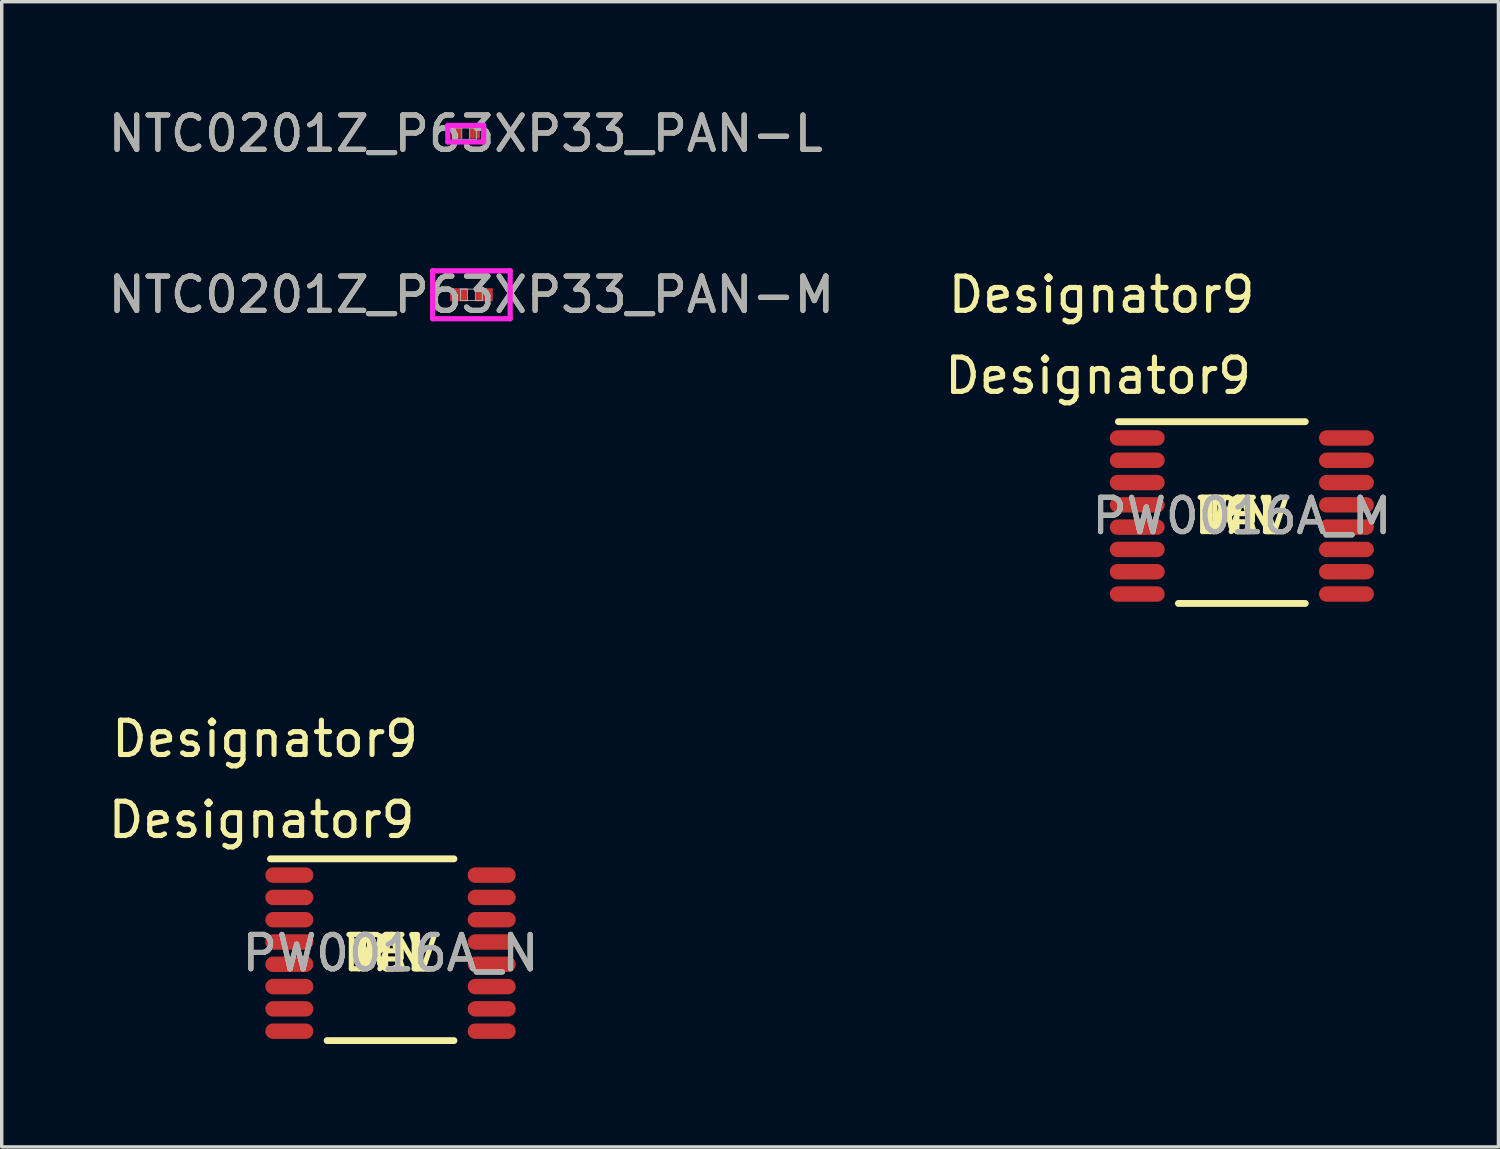
<source format=kicad_pcb>
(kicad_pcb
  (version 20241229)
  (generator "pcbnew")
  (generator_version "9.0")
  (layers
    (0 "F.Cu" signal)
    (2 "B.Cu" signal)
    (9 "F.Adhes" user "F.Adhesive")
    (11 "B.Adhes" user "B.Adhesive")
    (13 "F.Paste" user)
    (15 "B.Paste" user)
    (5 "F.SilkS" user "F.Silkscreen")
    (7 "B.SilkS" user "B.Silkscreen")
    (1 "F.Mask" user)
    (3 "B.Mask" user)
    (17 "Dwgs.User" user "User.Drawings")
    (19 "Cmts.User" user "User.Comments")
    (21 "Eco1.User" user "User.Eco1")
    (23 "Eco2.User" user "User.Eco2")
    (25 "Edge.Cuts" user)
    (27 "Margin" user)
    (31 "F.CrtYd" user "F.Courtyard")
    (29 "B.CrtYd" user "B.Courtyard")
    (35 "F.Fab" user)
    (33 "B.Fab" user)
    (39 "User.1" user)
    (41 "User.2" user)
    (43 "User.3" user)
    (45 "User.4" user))
  (footprint "NTC0201Z_P63XP33_PAN-L"
    (layer "F.Cu")
    (at 10.53 0.848)
    (property "Reference" "NTC0201Z_P63XP33_PAN-L" (at 0 0 0) (unlocked yes) (layer "F.SilkS") (effects (font (size 1 1) (thickness 0.15))))
    (attr smd)
    (fp_line (start -0.521 -0.241) (end 0.521 -0.241) (stroke (width 0.152) (type solid)) (layer "F.CrtYd"))
    (fp_line (start -0.521 0.241) (end -0.521 -0.241) (stroke (width 0.152) (type solid)) (layer "F.CrtYd"))
    (fp_line (start 0.521 -0.241) (end 0.521 0.241) (stroke (width 0.152) (type solid)) (layer "F.CrtYd"))
    (fp_line (start 0.521 0.241) (end -0.521 0.241) (stroke (width 0.152) (type solid)) (layer "F.CrtYd"))
    (fp_line (start -0.318 -0.165) (end -0.318 0.165) (stroke (width 0.025) (type solid)) (layer "F.Fab"))
    (fp_line (start -0.318 -0.165) (end -0.318 0.165) (stroke (width 0.025) (type solid)) (layer "F.Fab"))
    (fp_line (start -0.318 0.165) (end -0.114 0.165) (stroke (width 0.025) (type solid)) (layer "F.Fab"))
    (fp_line (start -0.318 0.165) (end 0.318 0.165) (stroke (width 0.025) (type solid)) (layer "F.Fab"))
    (fp_line (start -0.114 -0.165) (end -0.318 -0.165) (stroke (width 0.025) (type solid)) (layer "F.Fab"))
    (fp_line (start -0.114 0.165) (end -0.114 -0.165) (stroke (width 0.025) (type solid)) (layer "F.Fab"))
    (fp_line (start 0.114 -0.165) (end 0.114 0.165) (stroke (width 0.025) (type solid)) (layer "F.Fab"))
    (fp_line (start 0.114 0.165) (end 0.318 0.165) (stroke (width 0.025) (type solid)) (layer "F.Fab"))
    (fp_line (start 0.318 -0.165) (end -0.318 -0.165) (stroke (width 0.025) (type solid)) (layer "F.Fab"))
    (fp_line (start 0.318 -0.165) (end 0.114 -0.165) (stroke (width 0.025) (type solid)) (layer "F.Fab"))
    (fp_line (start 0.318 0.165) (end 0.318 -0.165) (stroke (width 0.025) (type solid)) (layer "F.Fab"))
    (fp_line (start 0.318 0.165) (end 0.318 -0.165) (stroke (width 0.025) (type solid)) (layer "F.Fab"))
    (fp_text user "${REFERENCE}" (at 0 0 0) (unlocked yes) (layer "F.Fab") (effects (font (size 1 1) (thickness 0.15))))
    (pad "1" smd rect (at -0.267 0) (size 0.305 0.279) (layers "F.Cu" "F.Mask" "F.Paste"))
    (pad "2" smd rect (at 0.267 0) (size 0.305 0.279) (layers "F.Cu" "F.Mask" "F.Paste"))
    (zone (net_name "") (layer "F.Cu") (hatch full 0.508) (connect_pads) (min_thickness 0.254) (filled_areas_thickness no) (keepout (tracks not_allowed) (vias not_allowed) (pads allowed) (copperpour not_allowed) (footprints allowed)) (placement (enabled no)) (fill) (polygon (pts (xy 10.466 0.734) (xy 10.593 0.734) (xy 10.593 0.963) (xy 10.466 0.963)))))
  (footprint "PW0016A_M"
    (layer "F.Cu")
    (at 33.161 11.996)
    (property "Reference" "PW0016A_M" (at 0 0 0) (unlocked yes) (layer "F.SilkS") (effects (font (size 1 1) (thickness 0.15))))
    (attr smd)
    (fp_line (start -3.6 -2.75) (end 1.85 -2.75) (stroke (width 0.2) (type solid)) (layer "F.SilkS"))
    (fp_line (start -1.85 2.55) (end 1.85 2.55) (stroke (width 0.2) (type solid)) (layer "F.SilkS"))
    (fp_text user "DEV" (at 0 0 0) (unlocked yes) (layer "F.SilkS") (effects (font (size 1 1) (thickness 0.15))))
    (fp_text user "Designator9" (at -4.089 -6.452 0) (unlocked yes) (layer "F.SilkS") (effects (font (size 1 1) (thickness 0.15))))
    (fp_text user "Designator9" (at -4.191 -4.089 0) (unlocked yes) (layer "F.SilkS") (effects (font (size 1 1) (thickness 0.15))))
    (fp_text user "VAL" (at 0 0 0) (unlocked yes) (layer "F.SilkS") (effects (font (size 1 1) (thickness 0.15))))
    (fp_text user "PN" (at 0 0 0) (unlocked yes) (layer "F.SilkS") (effects (font (size 1 1) (thickness 0.15))))
    (fp_text user "TOL" (at 0 0 0) (unlocked yes) (layer "F.SilkS") (effects (font (size 1 1) (thickness 0.15))))
    (fp_text user "${REFERENCE}" (at 0 0 0) (unlocked yes) (layer "F.Fab") (effects (font (size 1 1) (thickness 0.15))))
    (pad "1" smd oval (at -3.05 -2.275 90) (size 0.45 1.6) (layers "F.Cu" "F.Mask" "F.Paste"))
    (pad "2" smd oval (at -3.05 -1.625 90) (size 0.45 1.6) (layers "F.Cu" "F.Mask" "F.Paste"))
    (pad "3" smd oval (at -3.05 -0.975 90) (size 0.45 1.6) (layers "F.Cu" "F.Mask" "F.Paste"))
    (pad "4" smd oval (at -3.05 -0.325 90) (size 0.45 1.6) (layers "F.Cu" "F.Mask" "F.Paste"))
    (pad "5" smd oval (at -3.05 0.325 90) (size 0.45 1.6) (layers "F.Cu" "F.Mask" "F.Paste"))
    (pad "6" smd oval (at -3.05 0.975 90) (size 0.45 1.6) (layers "F.Cu" "F.Mask" "F.Paste"))
    (pad "7" smd oval (at -3.05 1.625 90) (size 0.45 1.6) (layers "F.Cu" "F.Mask" "F.Paste"))
    (pad "8" smd oval (at -3.05 2.275 90) (size 0.45 1.6) (layers "F.Cu" "F.Mask" "F.Paste"))
    (pad "9" smd oval (at 3.05 2.275 90) (size 0.45 1.6) (layers "F.Cu" "F.Mask" "F.Paste"))
    (pad "10" smd oval (at 3.05 1.625 90) (size 0.45 1.6) (layers "F.Cu" "F.Mask" "F.Paste"))
    (pad "11" smd oval (at 3.05 0.975 90) (size 0.45 1.6) (layers "F.Cu" "F.Mask" "F.Paste"))
    (pad "12" smd oval (at 3.05 0.325 90) (size 0.45 1.6) (layers "F.Cu" "F.Mask" "F.Paste"))
    (pad "13" smd oval (at 3.05 -0.325 90) (size 0.45 1.6) (layers "F.Cu" "F.Mask" "F.Paste"))
    (pad "14" smd oval (at 3.05 -0.975 90) (size 0.45 1.6) (layers "F.Cu" "F.Mask" "F.Paste"))
    (pad "15" smd oval (at 3.05 -1.625 90) (size 0.45 1.6) (layers "F.Cu" "F.Mask" "F.Paste"))
    (pad "16" smd oval (at 3.05 -2.275 90) (size 0.45 1.6) (layers "F.Cu" "F.Mask" "F.Paste")))
  (footprint "PW0016A_N"
    (layer "F.Cu")
    (at 8.337 24.743)
    (property "Reference" "PW0016A_N" (at 0 0 0) (unlocked yes) (layer "F.SilkS") (effects (font (size 1 1) (thickness 0.15))))
    (attr smd)
    (fp_line (start -3.5 -2.75) (end 1.85 -2.75) (stroke (width 0.2) (type solid)) (layer "F.SilkS"))
    (fp_line (start -1.85 2.55) (end 1.85 2.55) (stroke (width 0.2) (type solid)) (layer "F.SilkS"))
    (fp_text user "Designator9" (at -3.759 -3.886 0) (unlocked yes) (layer "F.SilkS") (effects (font (size 1 1) (thickness 0.15))))
    (fp_text user "TOL" (at 0 0 0) (unlocked yes) (layer "F.SilkS") (effects (font (size 1 1) (thickness 0.15))))
    (fp_text user "VAL" (at 0 0 0) (unlocked yes) (layer "F.SilkS") (effects (font (size 1 1) (thickness 0.15))))
    (fp_text user "DEV" (at 0 0 0) (unlocked yes) (layer "F.SilkS") (effects (font (size 1 1) (thickness 0.15))))
    (fp_text user "PN" (at 0 0 0) (unlocked yes) (layer "F.SilkS") (effects (font (size 1 1) (thickness 0.15))))
    (fp_text user "Designator9" (at -3.658 -6.248 0) (unlocked yes) (layer "F.SilkS") (effects (font (size 1 1) (thickness 0.15))))
    (fp_text user "${REFERENCE}" (at 0 0 0) (unlocked yes) (layer "F.Fab") (effects (font (size 1 1) (thickness 0.15))))
    (pad "1" smd oval (at -2.95 -2.275 90) (size 0.45 1.4) (layers "F.Cu" "F.Mask" "F.Paste"))
    (pad "2" smd oval (at -2.95 -1.625 90) (size 0.45 1.4) (layers "F.Cu" "F.Mask" "F.Paste"))
    (pad "3" smd oval (at -2.95 -0.975 90) (size 0.45 1.4) (layers "F.Cu" "F.Mask" "F.Paste"))
    (pad "4" smd oval (at -2.95 -0.325 90) (size 0.45 1.4) (layers "F.Cu" "F.Mask" "F.Paste"))
    (pad "5" smd oval (at -2.95 0.325 90) (size 0.45 1.4) (layers "F.Cu" "F.Mask" "F.Paste"))
    (pad "6" smd oval (at -2.95 0.975 90) (size 0.45 1.4) (layers "F.Cu" "F.Mask" "F.Paste"))
    (pad "7" smd oval (at -2.95 1.625 90) (size 0.45 1.4) (layers "F.Cu" "F.Mask" "F.Paste"))
    (pad "8" smd oval (at -2.95 2.275 90) (size 0.45 1.4) (layers "F.Cu" "F.Mask" "F.Paste"))
    (pad "9" smd oval (at 2.95 2.275 90) (size 0.45 1.4) (layers "F.Cu" "F.Mask" "F.Paste"))
    (pad "10" smd oval (at 2.95 1.625 90) (size 0.45 1.4) (layers "F.Cu" "F.Mask" "F.Paste"))
    (pad "11" smd oval (at 2.95 0.975 90) (size 0.45 1.4) (layers "F.Cu" "F.Mask" "F.Paste"))
    (pad "12" smd oval (at 2.95 0.325 90) (size 0.45 1.4) (layers "F.Cu" "F.Mask" "F.Paste"))
    (pad "13" smd oval (at 2.95 -0.325 90) (size 0.45 1.4) (layers "F.Cu" "F.Mask" "F.Paste"))
    (pad "14" smd oval (at 2.95 -0.975 90) (size 0.45 1.4) (layers "F.Cu" "F.Mask" "F.Paste"))
    (pad "15" smd oval (at 2.95 -1.625 90) (size 0.45 1.4) (layers "F.Cu" "F.Mask" "F.Paste"))
    (pad "16" smd oval (at 2.95 -2.275 90) (size 0.45 1.4) (layers "F.Cu" "F.Mask" "F.Paste")))
  (footprint "NTC0201Z_P63XP33_PAN-M"
    (layer "F.Cu")
    (at 10.696 5.545)
    (property "Reference" "NTC0201Z_P63XP33_PAN-M" (at 0 0 0) (unlocked yes) (layer "F.SilkS") (effects (font (size 1 1) (thickness 0.15))))
    (attr smd)
    (fp_line (start -1.13 -0.699) (end 1.13 -0.699) (stroke (width 0.152) (type solid)) (layer "F.CrtYd"))
    (fp_line (start -1.13 0.699) (end -1.13 -0.699) (stroke (width 0.152) (type solid)) (layer "F.CrtYd"))
    (fp_line (start 1.13 -0.699) (end 1.13 0.699) (stroke (width 0.152) (type solid)) (layer "F.CrtYd"))
    (fp_line (start 1.13 0.699) (end -1.13 0.699) (stroke (width 0.152) (type solid)) (layer "F.CrtYd"))
    (fp_line (start -0.318 -0.165) (end -0.318 0.165) (stroke (width 0.025) (type solid)) (layer "F.Fab"))
    (fp_line (start -0.318 -0.165) (end -0.318 0.165) (stroke (width 0.025) (type solid)) (layer "F.Fab"))
    (fp_line (start -0.318 0.165) (end -0.114 0.165) (stroke (width 0.025) (type solid)) (layer "F.Fab"))
    (fp_line (start -0.318 0.165) (end 0.318 0.165) (stroke (width 0.025) (type solid)) (layer "F.Fab"))
    (fp_line (start -0.114 -0.165) (end -0.318 -0.165) (stroke (width 0.025) (type solid)) (layer "F.Fab"))
    (fp_line (start -0.114 0.165) (end -0.114 -0.165) (stroke (width 0.025) (type solid)) (layer "F.Fab"))
    (fp_line (start 0.114 -0.165) (end 0.114 0.165) (stroke (width 0.025) (type solid)) (layer "F.Fab"))
    (fp_line (start 0.114 0.165) (end 0.318 0.165) (stroke (width 0.025) (type solid)) (layer "F.Fab"))
    (fp_line (start 0.318 -0.165) (end -0.318 -0.165) (stroke (width 0.025) (type solid)) (layer "F.Fab"))
    (fp_line (start 0.318 -0.165) (end 0.114 -0.165) (stroke (width 0.025) (type solid)) (layer "F.Fab"))
    (fp_line (start 0.318 0.165) (end 0.318 -0.165) (stroke (width 0.025) (type solid)) (layer "F.Fab"))
    (fp_line (start 0.318 0.165) (end 0.318 -0.165) (stroke (width 0.025) (type solid)) (layer "F.Fab"))
    (fp_text user "${REFERENCE}" (at 0 0 0) (unlocked yes) (layer "F.Fab") (effects (font (size 1 1) (thickness 0.15))))
    (pad "1" smd rect (at -0.368 0) (size 0.508 0.381) (layers "F.Cu" "F.Mask" "F.Paste"))
    (pad "2" smd rect (at 0.368 0) (size 0.508 0.381) (layers "F.Cu" "F.Mask" "F.Paste"))
    (zone (net_name "") (layer "F.Cu") (hatch full 0.508) (connect_pads) (min_thickness 0.254) (filled_areas_thickness no) (keepout (tracks not_allowed) (vias not_allowed) (pads allowed) (copperpour not_allowed) (footprints allowed)) (placement (enabled no)) (fill) (polygon (pts (xy 10.633 5.43) (xy 10.76 5.43) (xy 10.76 5.659) (xy 10.633 5.659)))))
  (gr_rect
    (start -3 -3)
    (end 40.643 30.393)
    (stroke (width 0.1) (type default))
    (fill no)
    (layer "Edge.Cuts")))
</source>
